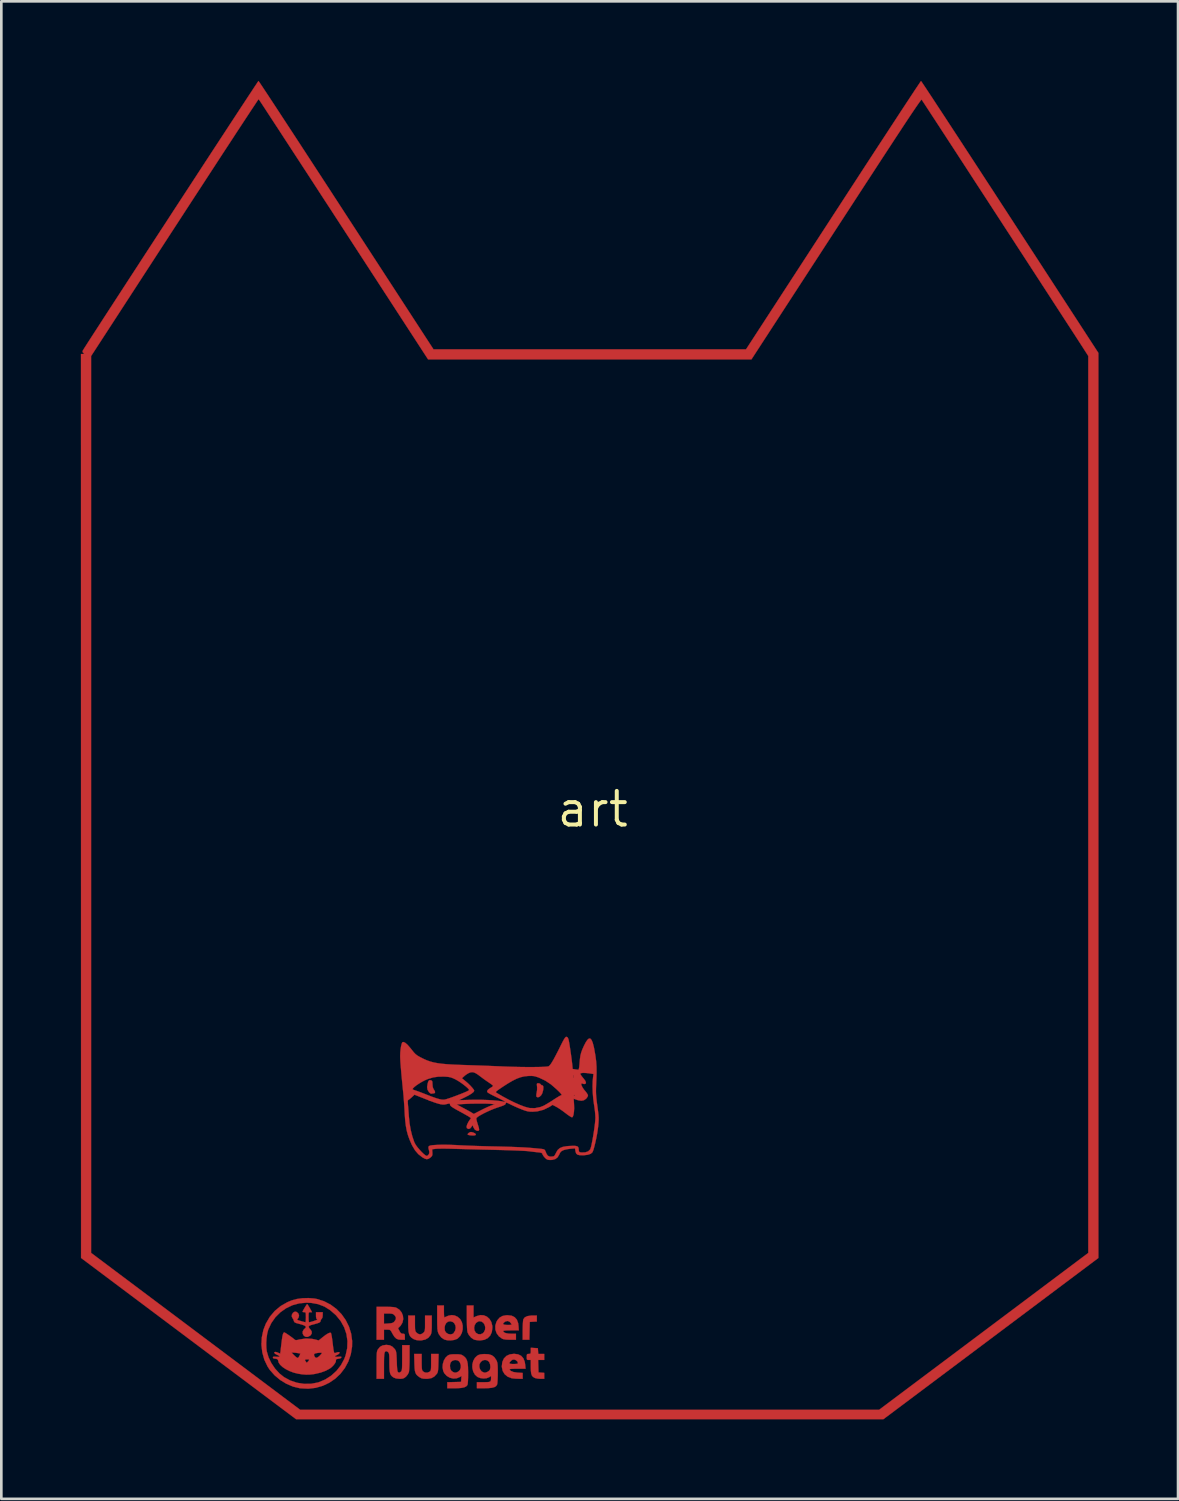
<source format=kicad_pcb>
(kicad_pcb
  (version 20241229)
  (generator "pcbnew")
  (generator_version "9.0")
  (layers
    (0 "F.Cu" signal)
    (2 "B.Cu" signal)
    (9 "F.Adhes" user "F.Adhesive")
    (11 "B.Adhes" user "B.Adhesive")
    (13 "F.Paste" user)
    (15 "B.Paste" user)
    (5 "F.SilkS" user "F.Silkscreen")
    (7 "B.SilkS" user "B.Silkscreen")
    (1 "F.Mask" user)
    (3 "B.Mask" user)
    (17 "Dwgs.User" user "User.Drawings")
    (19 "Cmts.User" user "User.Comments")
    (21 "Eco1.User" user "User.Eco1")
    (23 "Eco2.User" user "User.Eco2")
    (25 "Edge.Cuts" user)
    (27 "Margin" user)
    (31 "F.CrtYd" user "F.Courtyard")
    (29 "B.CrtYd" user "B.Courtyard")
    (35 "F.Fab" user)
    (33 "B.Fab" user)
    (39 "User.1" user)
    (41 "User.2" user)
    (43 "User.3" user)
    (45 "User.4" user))
  (footprint "art"
    (layer "F.Cu")
    (at 19.309 27.475)
    (property "Reference" "art" (at 0 0 0) (layer "F.SilkS") (effects (font (size 1.27 1.27) (thickness 0.15))))
    (attr through_hole)
    (fp_poly (pts (xy -4.566 12.181) (xy -4.506 12.198) (xy -4.442 12.228) (xy -4.409 12.26) (xy -4.407 12.268) (xy -4.424 12.296) (xy -4.478 12.309) (xy -4.575 12.306) (xy -4.629 12.301) (xy -4.7 12.286) (xy -4.721 12.261) (xy -4.693 12.225) (xy -4.665 12.205) (xy -4.617 12.181) (xy -4.566 12.181)) (stroke (width 0.01) (type solid)) (fill yes) (layer "F.Cu"))
    (fp_poly (pts (xy -2.108 19.327) (xy -2.242 19.334) (xy -2.375 19.342) (xy -2.382 19.679) (xy -2.389 20.015) (xy -2.642 20.015) (xy -2.642 19.661) (xy -2.64 19.527) (xy -2.635 19.406) (xy -2.628 19.31) (xy -2.62 19.251) (xy -2.617 19.243) (xy -2.563 19.17) (xy -2.465 19.123) (xy -2.324 19.102) (xy -2.275 19.101) (xy -2.108 19.101) (xy -2.108 19.327)) (stroke (width 0.01) (type solid)) (fill yes) (layer "F.Cu"))
    (fp_poly (pts (xy -6.1 10.228) (xy -6.068 10.243) (xy -6.051 10.276) (xy -6.046 10.341) (xy -6.045 10.375) (xy -6.035 10.484) (xy -6.003 10.561) (xy -5.994 10.573) (xy -5.953 10.642) (xy -5.948 10.693) (xy -5.978 10.718) (xy -5.992 10.719) (xy -6.054 10.726) (xy -6.078 10.733) (xy -6.118 10.724) (xy -6.171 10.679) (xy -6.181 10.667) (xy -6.232 10.582) (xy -6.247 10.481) (xy -6.228 10.354) (xy -6.222 10.332) (xy -6.197 10.258) (xy -6.168 10.225) (xy -6.124 10.222) (xy -6.1 10.228)) (stroke (width 0.01) (type solid)) (fill yes) (layer "F.Cu"))
    (fp_poly (pts (xy -1.992 10.351) (xy -1.965 10.376) (xy -1.934 10.41) (xy -1.916 10.414) (xy -1.88 10.426) (xy -1.863 10.466) (xy -1.864 10.543) (xy -1.869 10.593) (xy -1.901 10.714) (xy -1.949 10.797) (xy -2.01 10.851) (xy -2.069 10.87) (xy -2.113 10.852) (xy -2.125 10.833) (xy -2.128 10.785) (xy -2.119 10.713) (xy -2.113 10.687) (xy -2.099 10.591) (xy -2.098 10.485) (xy -2.101 10.458) (xy -2.107 10.386) (xy -2.102 10.35) (xy -2.077 10.339) (xy -2.047 10.338) (xy -1.992 10.351)) (stroke (width 0.01) (type solid)) (fill yes) (layer "F.Cu"))
    (fp_poly (pts (xy -2.203 20.325) (xy -2.07 20.333) (xy -2.054 20.549) (xy -1.829 20.549) (xy -1.829 20.777) (xy -2.059 20.777) (xy -2.052 21.012) (xy -2.045 21.247) (xy -1.829 21.263) (xy -1.829 21.488) (xy -1.975 21.488) (xy -2.072 21.481) (xy -2.161 21.463) (xy -2.2 21.448) (xy -2.257 21.411) (xy -2.296 21.361) (xy -2.321 21.287) (xy -2.333 21.181) (xy -2.337 21.034) (xy -2.337 21.03) (xy -2.337 20.777) (xy -2.413 20.777) (xy -2.46 20.774) (xy -2.482 20.755) (xy -2.489 20.706) (xy -2.489 20.663) (xy -2.487 20.593) (xy -2.474 20.559) (xy -2.442 20.549) (xy -2.413 20.549) (xy -2.366 20.545) (xy -2.344 20.526) (xy -2.337 20.478) (xy -2.337 20.433) (xy -2.337 20.317) (xy -2.203 20.325)) (stroke (width 0.01) (type solid)) (fill yes) (layer "F.Cu"))
    (fp_poly (pts (xy -6.706 19.394) (xy -6.705 19.521) (xy -6.702 19.608) (xy -6.694 19.665) (xy -6.68 19.704) (xy -6.659 19.734) (xy -6.643 19.75) (xy -6.581 19.793) (xy -6.517 19.812) (xy -6.515 19.812) (xy -6.452 19.794) (xy -6.389 19.752) (xy -6.387 19.75) (xy -6.36 19.72) (xy -6.342 19.687) (xy -6.332 19.641) (xy -6.326 19.571) (xy -6.325 19.466) (xy -6.325 19.394) (xy -6.325 19.101) (xy -6.071 19.101) (xy -6.071 19.425) (xy -6.072 19.569) (xy -6.077 19.672) (xy -6.086 19.746) (xy -6.101 19.801) (xy -6.118 19.838) (xy -6.199 19.939) (xy -6.316 20.007) (xy -6.463 20.038) (xy -6.515 20.04) (xy -6.638 20.03) (xy -6.736 19.999) (xy -6.766 19.983) (xy -6.839 19.934) (xy -6.891 19.877) (xy -6.926 19.804) (xy -6.947 19.705) (xy -6.957 19.572) (xy -6.96 19.425) (xy -6.96 19.101) (xy -6.706 19.101) (xy -6.706 19.394)) (stroke (width 0.01) (type solid)) (fill yes) (layer "F.Cu"))
    (fp_poly (pts (xy -6.452 20.853) (xy -6.451 20.985) (xy -6.447 21.076) (xy -6.44 21.136) (xy -6.427 21.175) (xy -6.407 21.203) (xy -6.401 21.209) (xy -6.326 21.251) (xy -6.236 21.255) (xy -6.152 21.22) (xy -6.129 21.201) (xy -6.113 21.175) (xy -6.103 21.133) (xy -6.098 21.066) (xy -6.096 20.965) (xy -6.096 20.865) (xy -6.096 20.549) (xy -5.813 20.549) (xy -5.821 20.89) (xy -5.825 21.032) (xy -5.831 21.133) (xy -5.84 21.203) (xy -5.853 21.251) (xy -5.873 21.289) (xy -5.882 21.302) (xy -5.975 21.402) (xy -6.081 21.461) (xy -6.212 21.486) (xy -6.274 21.488) (xy -6.381 21.484) (xy -6.457 21.468) (xy -6.52 21.436) (xy -6.528 21.431) (xy -6.599 21.379) (xy -6.651 21.327) (xy -6.685 21.266) (xy -6.707 21.187) (xy -6.719 21.079) (xy -6.726 20.932) (xy -6.727 20.89) (xy -6.736 20.549) (xy -6.452 20.549) (xy -6.452 20.853)) (stroke (width 0.01) (type solid)) (fill yes) (layer "F.Cu"))
    (fp_poly (pts (xy -3.059 19.107) (xy -2.944 19.164) (xy -2.861 19.258) (xy -2.812 19.391) (xy -2.799 19.495) (xy -2.788 19.66) (xy -3.083 19.66) (xy -3.204 19.662) (xy -3.299 19.667) (xy -3.36 19.675) (xy -3.378 19.684) (xy -3.354 19.728) (xy -3.287 19.762) (xy -3.182 19.782) (xy -3.08 19.787) (xy -2.896 19.787) (xy -2.896 20.015) (xy -3.118 20.015) (xy -3.267 20.009) (xy -3.372 19.992) (xy -3.416 19.975) (xy -3.54 19.885) (xy -3.626 19.767) (xy -3.672 19.632) (xy -3.675 19.487) (xy -3.657 19.425) (xy -3.378 19.425) (xy -3.332 19.447) (xy -3.238 19.456) (xy -3.212 19.456) (xy -3.12 19.454) (xy -3.072 19.446) (xy -3.061 19.43) (xy -3.063 19.425) (xy -3.129 19.34) (xy -3.203 19.306) (xy -3.285 19.322) (xy -3.322 19.344) (xy -3.374 19.391) (xy -3.378 19.425) (xy -3.657 19.425) (xy -3.633 19.343) (xy -3.594 19.274) (xy -3.509 19.177) (xy -3.404 19.118) (xy -3.269 19.091) (xy -3.209 19.089) (xy -3.059 19.107)) (stroke (width 0.01) (type solid)) (fill yes) (layer "F.Cu"))
    (fp_poly (pts (xy -4.496 19.174) (xy -4.378 19.122) (xy -4.239 19.084) (xy -4.108 19.093) (xy -3.99 19.143) (xy -3.894 19.229) (xy -3.824 19.347) (xy -3.788 19.491) (xy -3.785 19.558) (xy -3.805 19.721) (xy -3.865 19.854) (xy -3.961 19.954) (xy -4.09 20.017) (xy -4.247 20.04) (xy -4.257 20.04) (xy -4.354 20.033) (xy -4.442 20.018) (xy -4.483 20.005) (xy -4.586 19.936) (xy -4.672 19.835) (xy -4.721 19.738) (xy -4.732 19.679) (xy -4.74 19.577) (xy -4.741 19.564) (xy -4.474 19.564) (xy -4.46 19.663) (xy -4.41 19.748) (xy -4.407 19.751) (xy -4.325 19.801) (xy -4.234 19.808) (xy -4.149 19.772) (xy -4.106 19.729) (xy -4.062 19.639) (xy -4.054 19.544) (xy -4.076 19.454) (xy -4.123 19.379) (xy -4.189 19.33) (xy -4.27 19.315) (xy -4.323 19.327) (xy -4.402 19.381) (xy -4.453 19.465) (xy -4.474 19.564) (xy -4.741 19.564) (xy -4.746 19.438) (xy -4.749 19.27) (xy -4.75 19.186) (xy -4.75 18.72) (xy -4.496 18.72) (xy -4.496 19.174)) (stroke (width 0.01) (type solid)) (fill yes) (layer "F.Cu"))
    (fp_poly (pts (xy -2.817 20.564) (xy -2.7 20.62) (xy -2.616 20.714) (xy -2.564 20.847) (xy -2.547 20.957) (xy -2.533 21.107) (xy -2.84 21.107) (xy -2.975 21.109) (xy -3.065 21.113) (xy -3.116 21.12) (xy -3.136 21.132) (xy -3.136 21.14) (xy -3.088 21.193) (xy -2.993 21.231) (xy -2.851 21.253) (xy -2.826 21.255) (xy -2.642 21.266) (xy -2.642 21.488) (xy -2.813 21.486) (xy -2.915 21.482) (xy -3.009 21.473) (xy -3.065 21.464) (xy -3.211 21.406) (xy -3.323 21.313) (xy -3.397 21.19) (xy -3.428 21.041) (xy -3.429 21.011) (xy -3.415 20.902) (xy -3.144 20.902) (xy -3.112 20.921) (xy -3.035 20.929) (xy -2.985 20.93) (xy -2.888 20.926) (xy -2.835 20.915) (xy -2.819 20.896) (xy -2.842 20.834) (xy -2.901 20.783) (xy -2.951 20.763) (xy -3.012 20.762) (xy -3.067 20.795) (xy -3.085 20.812) (xy -3.133 20.867) (xy -3.144 20.902) (xy -3.415 20.902) (xy -3.409 20.85) (xy -3.35 20.72) (xy -3.255 20.624) (xy -3.126 20.565) (xy -2.968 20.545) (xy -2.817 20.564)) (stroke (width 0.01) (type solid)) (fill yes) (layer "F.Cu"))
    (fp_poly (pts (xy -5.613 18.951) (xy -5.611 19.05) (xy -5.606 19.126) (xy -5.599 19.167) (xy -5.594 19.171) (xy -5.447 19.108) (xy -5.322 19.084) (xy -5.208 19.098) (xy -5.095 19.15) (xy -5.093 19.151) (xy -4.998 19.238) (xy -4.935 19.352) (xy -4.904 19.484) (xy -4.905 19.622) (xy -4.937 19.756) (xy -5 19.874) (xy -5.093 19.966) (xy -5.12 19.983) (xy -5.226 20.022) (xy -5.357 20.039) (xy -5.489 20.034) (xy -5.6 20.005) (xy -5.601 20.005) (xy -5.714 19.927) (xy -5.803 19.809) (xy -5.828 19.755) (xy -5.843 19.708) (xy -5.854 19.642) (xy -5.859 19.575) (xy -5.588 19.575) (xy -5.578 19.665) (xy -5.544 19.73) (xy -5.526 19.75) (xy -5.45 19.797) (xy -5.364 19.812) (xy -5.285 19.793) (xy -5.249 19.766) (xy -5.191 19.671) (xy -5.168 19.568) (xy -5.182 19.468) (xy -5.229 19.384) (xy -5.285 19.341) (xy -5.379 19.316) (xy -5.464 19.335) (xy -5.533 19.393) (xy -5.576 19.484) (xy -5.588 19.575) (xy -5.859 19.575) (xy -5.861 19.551) (xy -5.866 19.427) (xy -5.867 19.262) (xy -5.867 19.191) (xy -5.867 18.72) (xy -5.613 18.72) (xy -5.613 18.951)) (stroke (width 0.01) (type solid)) (fill yes) (layer "F.Cu"))
    (fp_poly (pts (xy -7.643 18.774) (xy -7.512 18.783) (xy -7.427 18.799) (xy -7.41 18.806) (xy -7.293 18.88) (xy -7.209 18.984) (xy -7.16 19.106) (xy -7.148 19.236) (xy -7.175 19.365) (xy -7.243 19.48) (xy -7.266 19.505) (xy -7.343 19.581) (xy -7.29 19.684) (xy -7.251 19.75) (xy -7.211 19.78) (xy -7.162 19.787) (xy -7.116 19.79) (xy -7.094 19.809) (xy -7.087 19.858) (xy -7.087 19.901) (xy -7.087 20.015) (xy -7.223 20.015) (xy -7.328 20.006) (xy -7.41 19.972) (xy -7.479 19.906) (xy -7.546 19.8) (xy -7.559 19.775) (xy -7.601 19.698) (xy -7.633 19.656) (xy -7.671 19.638) (xy -7.728 19.634) (xy -7.753 19.634) (xy -7.874 19.634) (xy -7.874 20.015) (xy -8.153 20.015) (xy -8.153 19.025) (xy -7.874 19.025) (xy -7.874 19.412) (xy -7.705 19.401) (xy -7.609 19.392) (xy -7.548 19.376) (xy -7.504 19.349) (xy -7.477 19.32) (xy -7.427 19.24) (xy -7.425 19.167) (xy -7.473 19.094) (xy -7.479 19.087) (xy -7.522 19.052) (xy -7.571 19.033) (xy -7.644 19.026) (xy -7.708 19.025) (xy -7.874 19.025) (xy -8.153 19.025) (xy -8.153 18.771) (xy -7.822 18.771) (xy -7.643 18.774)) (stroke (width 0.01) (type solid)) (fill yes) (layer "F.Cu"))
    (fp_poly (pts (xy -5.07 20.563) (xy -4.994 20.571) (xy -4.939 20.587) (xy -4.889 20.616) (xy -4.88 20.622) (xy -4.817 20.675) (xy -4.771 20.735) (xy -4.738 20.812) (xy -4.716 20.913) (xy -4.704 21.046) (xy -4.7 21.22) (xy -4.7 21.281) (xy -4.701 21.436) (xy -4.706 21.566) (xy -4.714 21.662) (xy -4.724 21.716) (xy -4.726 21.721) (xy -4.771 21.772) (xy -4.845 21.809) (xy -4.955 21.832) (xy -5.105 21.843) (xy -5.206 21.844) (xy -5.486 21.844) (xy -5.486 21.617) (xy -5.226 21.61) (xy -4.966 21.603) (xy -4.958 21.491) (xy -4.95 21.379) (xy -5.011 21.419) (xy -5.131 21.47) (xy -5.261 21.478) (xy -5.389 21.447) (xy -5.503 21.381) (xy -5.594 21.284) (xy -5.637 21.201) (xy -5.664 21.069) (xy -5.66 21.005) (xy -5.385 21.005) (xy -5.374 21.11) (xy -5.336 21.181) (xy -5.271 21.23) (xy -5.206 21.255) (xy -5.145 21.25) (xy -5.079 21.221) (xy -5.013 21.161) (xy -4.978 21.074) (xy -4.976 20.975) (xy -5.008 20.878) (xy -5.045 20.825) (xy -5.111 20.786) (xy -5.197 20.778) (xy -5.282 20.802) (xy -5.326 20.832) (xy -5.366 20.886) (xy -5.383 20.959) (xy -5.385 21.005) (xy -5.66 21.005) (xy -5.655 20.928) (xy -5.614 20.793) (xy -5.545 20.68) (xy -5.483 20.622) (xy -5.433 20.591) (xy -5.38 20.573) (xy -5.309 20.564) (xy -5.204 20.561) (xy -5.182 20.561) (xy -5.07 20.563)) (stroke (width 0.01) (type solid)) (fill yes) (layer "F.Cu"))
    (fp_poly (pts (xy -3.931 20.561) (xy -3.809 20.597) (xy -3.715 20.668) (xy -3.64 20.775) (xy -3.617 20.823) (xy -3.601 20.871) (xy -3.591 20.929) (xy -3.585 21.007) (xy -3.582 21.116) (xy -3.581 21.262) (xy -3.583 21.401) (xy -3.588 21.526) (xy -3.595 21.626) (xy -3.603 21.691) (xy -3.607 21.704) (xy -3.643 21.76) (xy -3.706 21.8) (xy -3.801 21.826) (xy -3.936 21.84) (xy -4.089 21.844) (xy -4.369 21.844) (xy -4.369 21.615) (xy -4.118 21.615) (xy -3.995 21.614) (xy -3.914 21.607) (xy -3.867 21.59) (xy -3.843 21.556) (xy -3.836 21.503) (xy -3.835 21.458) (xy -3.835 21.381) (xy -3.905 21.427) (xy -4 21.465) (xy -4.118 21.476) (xy -4.239 21.46) (xy -4.344 21.419) (xy -4.348 21.417) (xy -4.444 21.33) (xy -4.508 21.214) (xy -4.54 21.082) (xy -4.54 21.041) (xy -4.277 21.041) (xy -4.248 21.133) (xy -4.195 21.203) (xy -4.171 21.22) (xy -4.097 21.253) (xy -4.036 21.252) (xy -3.964 21.223) (xy -3.908 21.184) (xy -3.877 21.144) (xy -3.86 21.05) (xy -3.87 20.947) (xy -3.903 20.859) (xy -3.913 20.844) (xy -3.984 20.789) (xy -4.068 20.775) (xy -4.152 20.796) (xy -4.223 20.851) (xy -4.27 20.935) (xy -4.274 20.949) (xy -4.277 21.041) (xy -4.54 21.041) (xy -4.54 20.943) (xy -4.507 20.811) (xy -4.441 20.695) (xy -4.365 20.622) (xy -4.306 20.588) (xy -4.237 20.567) (xy -4.141 20.557) (xy -4.089 20.554) (xy -3.931 20.561)) (stroke (width 0.01) (type solid)) (fill yes) (layer "F.Cu"))
    (fp_poly (pts (xy -7.66 20.222) (xy -7.562 20.27) (xy -7.472 20.36) (xy -7.456 20.381) (xy -7.436 20.414) (xy -7.421 20.455) (xy -7.41 20.513) (xy -7.402 20.598) (xy -7.396 20.717) (xy -7.391 20.834) (xy -7.386 20.985) (xy -7.379 21.093) (xy -7.371 21.165) (xy -7.36 21.21) (xy -7.345 21.235) (xy -7.336 21.243) (xy -7.292 21.255) (xy -7.244 21.226) (xy -7.24 21.223) (xy -7.222 21.204) (xy -7.209 21.179) (xy -7.199 21.14) (xy -7.193 21.081) (xy -7.19 20.994) (xy -7.189 20.872) (xy -7.188 20.706) (xy -7.188 20.697) (xy -7.188 20.218) (xy -6.909 20.218) (xy -6.909 20.682) (xy -6.91 20.837) (xy -6.914 20.981) (xy -6.92 21.104) (xy -6.928 21.194) (xy -6.935 21.239) (xy -6.973 21.317) (xy -7.034 21.395) (xy -7.05 21.41) (xy -7.11 21.457) (xy -7.169 21.48) (xy -7.247 21.488) (xy -7.284 21.488) (xy -7.418 21.475) (xy -7.511 21.439) (xy -7.569 21.397) (xy -7.612 21.349) (xy -7.641 21.285) (xy -7.659 21.197) (xy -7.668 21.077) (xy -7.671 20.917) (xy -7.671 20.882) (xy -7.672 20.734) (xy -7.675 20.629) (xy -7.682 20.558) (xy -7.694 20.514) (xy -7.71 20.488) (xy -7.711 20.487) (xy -7.756 20.455) (xy -7.782 20.447) (xy -7.812 20.452) (xy -7.835 20.469) (xy -7.852 20.507) (xy -7.863 20.569) (xy -7.87 20.664) (xy -7.873 20.796) (xy -7.874 20.972) (xy -7.874 20.998) (xy -7.874 21.488) (xy -8.153 21.488) (xy -8.153 20.974) (xy -8.153 20.797) (xy -8.151 20.664) (xy -8.148 20.565) (xy -8.142 20.495) (xy -8.133 20.446) (xy -8.12 20.409) (xy -8.104 20.379) (xy -8.024 20.282) (xy -7.924 20.227) (xy -7.794 20.208) (xy -7.782 20.208) (xy -7.66 20.222)) (stroke (width 0.01) (type solid)) (fill yes) (layer "F.Cu"))
    (fp_poly (pts (xy -10.501 18.459) (xy -10.403 18.477) (xy -10.135 18.562) (xy -9.889 18.689) (xy -9.668 18.853) (xy -9.476 19.05) (xy -9.317 19.274) (xy -9.195 19.519) (xy -9.113 19.782) (xy -9.075 20.057) (xy -9.078 20.275) (xy -9.126 20.564) (xy -9.218 20.833) (xy -9.349 21.077) (xy -9.515 21.295) (xy -9.712 21.482) (xy -9.937 21.635) (xy -10.184 21.752) (xy -10.45 21.828) (xy -10.73 21.861) (xy -11.021 21.846) (xy -11.05 21.843) (xy -11.305 21.781) (xy -11.555 21.675) (xy -11.79 21.531) (xy -12.001 21.355) (xy -12.179 21.154) (xy -12.264 21.026) (xy -12.387 20.769) (xy -12.464 20.494) (xy -12.497 20.211) (xy -12.494 20.148) (xy -12.316 20.148) (xy -12.311 20.326) (xy -12.295 20.453) (xy -12.23 20.673) (xy -12.125 20.892) (xy -11.987 21.099) (xy -11.824 21.28) (xy -11.65 21.421) (xy -11.413 21.55) (xy -11.157 21.636) (xy -10.892 21.678) (xy -10.626 21.676) (xy -10.368 21.627) (xy -10.338 21.618) (xy -10.09 21.514) (xy -9.864 21.368) (xy -9.664 21.186) (xy -9.498 20.974) (xy -9.371 20.737) (xy -9.32 20.599) (xy -9.261 20.33) (xy -9.252 20.061) (xy -9.29 19.798) (xy -9.376 19.545) (xy -9.507 19.309) (xy -9.683 19.093) (xy -9.699 19.077) (xy -9.908 18.895) (xy -10.125 18.761) (xy -10.357 18.672) (xy -10.611 18.625) (xy -10.797 18.616) (xy -11.068 18.641) (xy -11.326 18.711) (xy -11.566 18.825) (xy -11.782 18.977) (xy -11.97 19.164) (xy -12.124 19.383) (xy -12.239 19.629) (xy -12.243 19.641) (xy -12.28 19.786) (xy -12.305 19.962) (xy -12.316 20.148) (xy -12.494 20.148) (xy -12.483 19.926) (xy -12.424 19.647) (xy -12.331 19.407) (xy -12.181 19.15) (xy -11.996 18.93) (xy -11.775 18.745) (xy -11.519 18.598) (xy -11.354 18.529) (xy -11.164 18.477) (xy -10.946 18.448) (xy -10.719 18.442) (xy -10.501 18.459)) (stroke (width 0.01) (type solid)) (fill yes) (layer "F.Cu"))
    (fp_poly (pts (xy -10.753 18.69) (xy -10.717 18.744) (xy -10.673 18.819) (xy -10.672 18.821) (xy -10.588 18.974) (xy -10.654 18.974) (xy -10.687 18.976) (xy -10.706 18.99) (xy -10.716 19.026) (xy -10.719 19.094) (xy -10.719 19.164) (xy -10.717 19.255) (xy -10.711 19.323) (xy -10.703 19.354) (xy -10.701 19.355) (xy -10.655 19.347) (xy -10.586 19.329) (xy -10.51 19.304) (xy -10.441 19.279) (xy -10.397 19.258) (xy -10.389 19.25) (xy -10.408 19.228) (xy -10.414 19.228) (xy -10.428 19.205) (xy -10.438 19.147) (xy -10.439 19.101) (xy -10.439 18.974) (xy -10.185 18.974) (xy -10.185 19.087) (xy -10.194 19.171) (xy -10.217 19.217) (xy -10.221 19.22) (xy -10.252 19.259) (xy -10.266 19.301) (xy -10.272 19.329) (xy -10.288 19.35) (xy -10.322 19.37) (xy -10.381 19.392) (xy -10.473 19.419) (xy -10.606 19.454) (xy -10.611 19.455) (xy -10.688 19.485) (xy -10.715 19.523) (xy -10.695 19.574) (xy -10.655 19.619) (xy -10.602 19.698) (xy -10.598 19.776) (xy -10.643 19.847) (xy -10.659 19.861) (xy -10.747 19.906) (xy -10.832 19.904) (xy -10.897 19.863) (xy -10.941 19.787) (xy -10.942 19.704) (xy -10.902 19.63) (xy -10.884 19.613) (xy -10.837 19.571) (xy -10.82 19.535) (xy -10.835 19.504) (xy -10.887 19.473) (xy -10.979 19.44) (xy -11.117 19.402) (xy -11.176 19.387) (xy -11.243 19.359) (xy -11.271 19.316) (xy -11.274 19.305) (xy -11.295 19.242) (xy -11.318 19.209) (xy -11.352 19.143) (xy -11.348 19.067) (xy -11.309 19) (xy -11.287 18.982) (xy -11.235 18.954) (xy -11.191 18.958) (xy -11.154 18.976) (xy -11.097 19.033) (xy -11.078 19.108) (xy -11.099 19.184) (xy -11.115 19.205) (xy -11.144 19.244) (xy -11.148 19.263) (xy -11.121 19.274) (xy -11.06 19.294) (xy -10.985 19.316) (xy -10.911 19.337) (xy -10.855 19.351) (xy -10.836 19.355) (xy -10.828 19.331) (xy -10.823 19.27) (xy -10.82 19.182) (xy -10.82 19.164) (xy -10.821 19.067) (xy -10.826 19.011) (xy -10.838 18.983) (xy -10.862 18.974) (xy -10.884 18.974) (xy -10.932 18.969) (xy -10.947 18.961) (xy -10.935 18.929) (xy -10.905 18.872) (xy -10.865 18.803) (xy -10.824 18.737) (xy -10.791 18.687) (xy -10.773 18.669) (xy -10.753 18.69)) (stroke (width 0.01) (type solid)) (fill yes) (layer "F.Cu"))
    (fp_poly (pts (xy -11.606 19.75) (xy -11.547 19.786) (xy -11.472 19.837) (xy -11.392 19.893) (xy -11.319 19.947) (xy -11.266 19.99) (xy -11.263 19.993) (xy -11.23 20.019) (xy -11.196 20.029) (xy -11.145 20.024) (xy -11.061 20.003) (xy -11.06 20.003) (xy -10.826 19.968) (xy -10.59 19.98) (xy -10.482 20.002) (xy -10.337 20.04) (xy -10.197 19.927) (xy -10.075 19.833) (xy -9.978 19.773) (xy -9.91 19.748) (xy -9.877 19.755) (xy -9.865 19.788) (xy -9.85 19.86) (xy -9.833 19.963) (xy -9.817 20.084) (xy -9.816 20.093) (xy -9.797 20.252) (xy -9.782 20.366) (xy -9.769 20.443) (xy -9.756 20.49) (xy -9.743 20.512) (xy -9.727 20.517) (xy -9.712 20.513) (xy -9.656 20.494) (xy -9.612 20.482) (xy -9.563 20.481) (xy -9.548 20.502) (xy -9.566 20.536) (xy -9.614 20.573) (xy -9.639 20.585) (xy -9.706 20.619) (xy -9.724 20.644) (xy -9.694 20.657) (xy -9.617 20.657) (xy -9.598 20.656) (xy -9.521 20.651) (xy -9.484 20.657) (xy -9.479 20.676) (xy -9.479 20.678) (xy -9.512 20.711) (xy -9.54 20.721) (xy -9.628 20.737) (xy -9.675 20.753) (xy -9.69 20.774) (xy -9.686 20.791) (xy -9.691 20.842) (xy -9.728 20.912) (xy -9.789 20.99) (xy -9.867 21.064) (xy -9.919 21.102) (xy -10.072 21.184) (xy -10.26 21.252) (xy -10.47 21.302) (xy -10.516 21.31) (xy -10.669 21.328) (xy -10.811 21.331) (xy -10.963 21.319) (xy -11.113 21.295) (xy -11.275 21.256) (xy -11.432 21.197) (xy -11.576 21.125) (xy -11.698 21.044) (xy -11.791 20.958) (xy -11.848 20.874) (xy -11.862 20.813) (xy -11.873 20.782) (xy -10.857 20.782) (xy -10.832 20.823) (xy -10.831 20.824) (xy -10.789 20.884) (xy -10.736 20.831) (xy -10.703 20.789) (xy -10.699 20.763) (xy -10.732 20.755) (xy -10.792 20.756) (xy -10.793 20.756) (xy -10.847 20.764) (xy -10.857 20.782) (xy -11.873 20.782) (xy -11.881 20.76) (xy -11.939 20.732) (xy -12.004 20.726) (xy -12.054 20.712) (xy -12.065 20.685) (xy -12.057 20.661) (xy -12.024 20.652) (xy -11.954 20.654) (xy -11.938 20.656) (xy -11.853 20.658) (xy -11.817 20.647) (xy -11.829 20.623) (xy -11.89 20.59) (xy -11.913 20.581) (xy -11.976 20.547) (xy -12.01 20.512) (xy -12.01 20.484) (xy -11.97 20.473) (xy -11.97 20.473) (xy -11.916 20.484) (xy -11.855 20.509) (xy -11.807 20.531) (xy -11.786 20.534) (xy -11.786 20.533) (xy -11.783 20.505) (xy -11.782 20.498) (xy -11.364 20.498) (xy -11.265 20.599) (xy -11.204 20.656) (xy -11.154 20.692) (xy -11.132 20.701) (xy -11.1 20.68) (xy -11.067 20.628) (xy -11.062 20.618) (xy -11.053 20.595) (xy -10.513 20.595) (xy -10.489 20.652) (xy -10.451 20.693) (xy -10.399 20.692) (xy -10.33 20.646) (xy -10.294 20.611) (xy -10.245 20.558) (xy -10.219 20.519) (xy -10.218 20.508) (xy -10.249 20.503) (xy -10.314 20.505) (xy -10.374 20.511) (xy -10.463 20.528) (xy -10.508 20.553) (xy -10.513 20.595) (xy -11.053 20.595) (xy -11.028 20.536) (xy -11.121 20.518) (xy -11.207 20.506) (xy -11.286 20.499) (xy -11.289 20.499) (xy -11.364 20.498) (xy -11.782 20.498) (xy -11.775 20.435) (xy -11.764 20.335) (xy -11.75 20.212) (xy -11.745 20.173) (xy -11.724 20.006) (xy -11.705 19.883) (xy -11.685 19.801) (xy -11.664 19.754) (xy -11.641 19.736) (xy -11.637 19.736) (xy -11.606 19.75)) (stroke (width 0.01) (type solid)) (fill yes) (layer "F.Cu"))
    (fp_poly (pts (xy -12.593 -27.449) (xy -12.55 -27.387) (xy -12.483 -27.287) (xy -12.392 -27.149) (xy -12.277 -26.976) (xy -12.142 -26.77) (xy -11.985 -26.532) (xy -11.81 -26.264) (xy -11.617 -25.969) (xy -11.407 -25.648) (xy -11.181 -25.303) (xy -10.941 -24.935) (xy -10.688 -24.547) (xy -10.423 -24.14) (xy -10.147 -23.717) (xy -9.862 -23.279) (xy -9.569 -22.828) (xy -9.297 -22.409) (xy -6.007 -17.348) (xy -0.112 -17.348) (xy 5.784 -17.348) (xy 9.073 -22.409) (xy 9.373 -22.87) (xy 9.665 -23.32) (xy 9.95 -23.757) (xy 10.224 -24.179) (xy 10.488 -24.584) (xy 10.74 -24.97) (xy 10.979 -25.335) (xy 11.203 -25.678) (xy 11.412 -25.997) (xy 11.603 -26.29) (xy 11.777 -26.555) (xy 11.931 -26.789) (xy 12.065 -26.992) (xy 12.177 -27.162) (xy 12.267 -27.296) (xy 12.332 -27.393) (xy 12.371 -27.451) (xy 12.385 -27.468) (xy 12.4 -27.447) (xy 12.443 -27.385) (xy 12.51 -27.284) (xy 12.602 -27.146) (xy 12.716 -26.973) (xy 12.852 -26.767) (xy 13.008 -26.528) (xy 13.184 -26.261) (xy 13.378 -25.965) (xy 13.588 -25.643) (xy 13.815 -25.297) (xy 14.055 -24.928) (xy 14.309 -24.539) (xy 14.575 -24.132) (xy 14.851 -23.707) (xy 15.138 -23.268) (xy 15.432 -22.815) (xy 15.734 -22.351) (xy 15.742 -22.339) (xy 19.075 -17.212) (xy 19.075 16.929) (xy 15.02 19.971) (xy 10.964 23.012) (xy -0.112 23.012) (xy -11.189 23.012) (xy -15.245 19.971) (xy -19.301 16.929) (xy -19.304 -17.093) (xy -18.923 -17.093) (xy -18.923 -0.178) (xy -18.923 16.737) (xy -14.98 19.696) (xy -11.036 22.656) (xy -0.116 22.656) (xy 10.803 22.657) (xy 14.749 19.698) (xy 18.694 16.739) (xy 18.694 -0.179) (xy 18.694 -17.097) (xy 18.602 -17.241) (xy 18.554 -17.316) (xy 18.482 -17.428) (xy 18.387 -17.575) (xy 18.271 -17.754) (xy 18.135 -17.964) (xy 17.981 -18.201) (xy 17.81 -18.464) (xy 17.624 -18.751) (xy 17.424 -19.058) (xy 17.213 -19.384) (xy 16.99 -19.727) (xy 16.759 -20.083) (xy 16.52 -20.451) (xy 16.275 -20.828) (xy 16.025 -21.212) (xy 15.773 -21.601) (xy 15.518 -21.992) (xy 15.264 -22.383) (xy 15.011 -22.772) (xy 14.762 -23.155) (xy 14.516 -23.532) (xy 14.277 -23.9) (xy 14.046 -24.256) (xy 13.823 -24.598) (xy 13.612 -24.923) (xy 13.412 -25.23) (xy 13.226 -25.516) (xy 13.055 -25.778) (xy 12.901 -26.015) (xy 12.764 -26.223) (xy 12.648 -26.402) (xy 12.553 -26.547) (xy 12.48 -26.658) (xy 12.432 -26.731) (xy 12.41 -26.765) (xy 12.408 -26.767) (xy 12.4 -26.763) (xy 12.382 -26.743) (xy 12.353 -26.706) (xy 12.311 -26.65) (xy 12.258 -26.574) (xy 12.19 -26.476) (xy 12.108 -26.355) (xy 12.01 -26.21) (xy 11.896 -26.039) (xy 11.765 -25.841) (xy 11.616 -25.614) (xy 11.447 -25.358) (xy 11.259 -25.07) (xy 11.049 -24.75) (xy 10.818 -24.396) (xy 10.564 -24.006) (xy 10.286 -23.58) (xy 9.984 -23.116) (xy 9.656 -22.612) (xy 9.302 -22.068) (xy 9.182 -21.884) (xy 5.987 -16.967) (xy -6.21 -16.967) (xy -9.398 -21.872) (xy -9.693 -22.326) (xy -9.981 -22.769) (xy -10.261 -23.198) (xy -10.53 -23.613) (xy -10.789 -24.011) (xy -11.036 -24.39) (xy -11.269 -24.748) (xy -11.488 -25.083) (xy -11.691 -25.395) (xy -11.876 -25.68) (xy -12.044 -25.936) (xy -12.192 -26.163) (xy -12.319 -26.357) (xy -12.424 -26.518) (xy -12.506 -26.643) (xy -12.564 -26.73) (xy -12.596 -26.777) (xy -12.602 -26.786) (xy -12.617 -26.766) (xy -12.659 -26.706) (xy -12.725 -26.606) (xy -12.816 -26.469) (xy -12.929 -26.298) (xy -13.064 -26.093) (xy -13.219 -25.857) (xy -13.394 -25.591) (xy -13.585 -25.298) (xy -13.794 -24.979) (xy -14.018 -24.637) (xy -14.255 -24.272) (xy -14.506 -23.888) (xy -14.768 -23.485) (xy -15.041 -23.067) (xy -15.323 -22.634) (xy -15.612 -22.188) (xy -15.771 -21.945) (xy -18.923 -17.093) (xy -19.304 -17.093) (xy -19.304 -17.17) (xy -19.234 -17.171) (xy -19.187 -17.174) (xy -19.186 -17.186) (xy -19.213 -17.209) (xy -19.246 -17.246) (xy -19.239 -17.291) (xy -19.234 -17.303) (xy -19.215 -17.334) (xy -19.171 -17.405) (xy -19.102 -17.513) (xy -19.01 -17.656) (xy -18.896 -17.833) (xy -18.762 -18.04) (xy -18.609 -18.276) (xy -18.44 -18.538) (xy -18.254 -18.824) (xy -18.054 -19.132) (xy -17.841 -19.46) (xy -17.617 -19.805) (xy -17.383 -20.165) (xy -17.141 -20.537) (xy -16.892 -20.921) (xy -16.637 -21.312) (xy -16.378 -21.71) (xy -16.116 -22.111) (xy -15.854 -22.514) (xy -15.592 -22.916) (xy -15.331 -23.315) (xy -15.074 -23.709) (xy -14.822 -24.096) (xy -14.576 -24.473) (xy -14.338 -24.838) (xy -14.109 -25.188) (xy -13.89 -25.522) (xy -13.684 -25.838) (xy -13.491 -26.132) (xy -13.314 -26.403) (xy -13.152 -26.649) (xy -13.009 -26.867) (xy -12.885 -27.055) (xy -12.783 -27.211) (xy -12.702 -27.332) (xy -12.646 -27.417) (xy -12.614 -27.462) (xy -12.608 -27.47) (xy -12.593 -27.449)) (stroke (width 0.01) (type solid)) (fill yes) (layer "F.Cu"))
    (fp_poly (pts (xy -0.948 8.607) (xy -0.918 8.668) (xy -0.904 8.725) (xy -0.886 8.823) (xy -0.865 8.95) (xy -0.843 9.095) (xy -0.821 9.249) (xy -0.8 9.4) (xy -0.783 9.539) (xy -0.773 9.63) (xy -0.757 9.799) (xy -0.664 9.814) (xy -0.595 9.824) (xy -0.546 9.829) (xy -0.542 9.83) (xy -0.525 9.805) (xy -0.51 9.731) (xy -0.498 9.612) (xy -0.496 9.582) (xy -0.482 9.422) (xy -0.464 9.295) (xy -0.436 9.184) (xy -0.396 9.072) (xy -0.337 8.94) (xy -0.332 8.928) (xy -0.259 8.787) (xy -0.195 8.695) (xy -0.139 8.65) (xy -0.088 8.655) (xy -0.042 8.709) (xy 0.001 8.813) (xy 0.041 8.967) (xy 0.059 9.055) (xy 0.101 9.292) (xy 0.129 9.505) (xy 0.143 9.714) (xy 0.146 9.937) (xy 0.138 10.185) (xy 0.13 10.373) (xy 0.125 10.523) (xy 0.123 10.645) (xy 0.126 10.753) (xy 0.133 10.859) (xy 0.145 10.973) (xy 0.162 11.109) (xy 0.182 11.252) (xy 0.203 11.41) (xy 0.217 11.533) (xy 0.224 11.635) (xy 0.224 11.731) (xy 0.218 11.836) (xy 0.207 11.955) (xy 0.189 12.096) (xy 0.164 12.254) (xy 0.133 12.416) (xy 0.099 12.574) (xy 0.064 12.717) (xy 0.031 12.836) (xy 0.000438 12.919) (xy -0.014 12.946) (xy -0.077 13) (xy -0.184 13.036) (xy -0.329 13.054) (xy -0.389 13.055) (xy -0.504 13.05) (xy -0.579 13.029) (xy -0.624 12.987) (xy -0.648 12.917) (xy -0.651 12.899) (xy -0.668 12.795) (xy -0.837 12.809) (xy -0.944 12.823) (xy -1.048 12.845) (xy -1.11 12.865) (xy -1.178 12.9) (xy -1.224 12.948) (xy -1.264 13.028) (xy -1.266 13.033) (xy -1.326 13.134) (xy -1.411 13.198) (xy -1.526 13.229) (xy -1.609 13.233) (xy -1.691 13.226) (xy -1.753 13.195) (xy -1.801 13.151) (xy -1.854 13.088) (xy -1.89 13.029) (xy -1.896 13.013) (xy -1.91 12.982) (xy -1.941 12.963) (xy -2.002 12.95) (xy -2.079 12.942) (xy -2.2 12.929) (xy -2.336 12.913) (xy -2.426 12.901) (xy -2.489 12.895) (xy -2.597 12.889) (xy -2.743 12.882) (xy -2.921 12.874) (xy -3.124 12.867) (xy -3.346 12.86) (xy -3.58 12.854) (xy -3.696 12.851) (xy -3.95 12.845) (xy -4.209 12.839) (xy -4.464 12.832) (xy -4.705 12.826) (xy -4.923 12.82) (xy -5.111 12.815) (xy -5.259 12.811) (xy -5.286 12.81) (xy -5.45 12.806) (xy -5.607 12.804) (xy -5.744 12.805) (xy -5.853 12.807) (xy -5.921 12.812) (xy -6.058 12.829) (xy -6.049 12.951) (xy -6.048 13.029) (xy -6.062 13.079) (xy -6.101 13.123) (xy -6.121 13.14) (xy -6.193 13.189) (xy -6.26 13.204) (xy -6.336 13.183) (xy -6.429 13.13) (xy -6.578 13.014) (xy -6.702 12.87) (xy -6.81 12.688) (xy -6.834 12.639) (xy -6.909 12.466) (xy -6.968 12.302) (xy -7.014 12.134) (xy -7.048 11.954) (xy -7.073 11.749) (xy -7.091 11.51) (xy -7.098 11.367) (xy -7.108 11.196) (xy -7.118 11.055) (xy -6.977 11.055) (xy -6.972 11.119) (xy -6.965 11.202) (xy -6.955 11.32) (xy -6.945 11.457) (xy -6.935 11.595) (xy -6.909 11.85) (xy -6.865 12.103) (xy -6.806 12.339) (xy -6.737 12.543) (xy -6.717 12.59) (xy -6.676 12.663) (xy -6.612 12.751) (xy -6.535 12.843) (xy -6.453 12.931) (xy -6.374 13.007) (xy -6.308 13.059) (xy -6.262 13.081) (xy -6.26 13.081) (xy -6.22 13.062) (xy -6.187 13.024) (xy -6.165 12.974) (xy -6.166 12.914) (xy -6.178 12.863) (xy -6.195 12.792) (xy -6.197 12.742) (xy -6.177 12.709) (xy -6.128 12.688) (xy -6.045 12.675) (xy -5.92 12.666) (xy -5.863 12.663) (xy -5.726 12.659) (xy -5.555 12.658) (xy -5.367 12.662) (xy -5.179 12.669) (xy -5.08 12.675) (xy -4.942 12.682) (xy -4.764 12.69) (xy -4.553 12.698) (xy -4.321 12.706) (xy -4.076 12.713) (xy -3.829 12.72) (xy -3.632 12.724) (xy -3.31 12.732) (xy -3.03 12.74) (xy -2.784 12.75) (xy -2.564 12.761) (xy -2.362 12.775) (xy -2.168 12.791) (xy -1.976 12.811) (xy -1.913 12.817) (xy -1.842 12.831) (xy -1.804 12.859) (xy -1.78 12.91) (xy -1.736 13.013) (xy -1.689 13.074) (xy -1.629 13.102) (xy -1.581 13.106) (xy -1.511 13.101) (xy -1.462 13.089) (xy -1.458 13.087) (xy -1.432 13.054) (xy -1.397 12.991) (xy -1.377 12.949) (xy -1.32 12.854) (xy -1.24 12.785) (xy -1.13 12.739) (xy -0.982 12.713) (xy -0.884 12.705) (xy -0.745 12.7) (xy -0.649 12.702) (xy -0.587 12.716) (xy -0.551 12.743) (xy -0.534 12.786) (xy -0.529 12.833) (xy -0.521 12.901) (xy -0.502 12.934) (xy -0.457 12.946) (xy -0.419 12.95) (xy -0.28 12.945) (xy -0.173 12.908) (xy -0.101 12.84) (xy -0.086 12.811) (xy -0.064 12.742) (xy -0.039 12.633) (xy -0.012 12.494) (xy 0.016 12.337) (xy 0.043 12.171) (xy 0.066 12.008) (xy 0.085 11.857) (xy 0.097 11.73) (xy 0.102 11.64) (xy 0.097 11.534) (xy 0.085 11.396) (xy 0.066 11.247) (xy 0.047 11.125) (xy 0.019 10.914) (xy 0.001 10.687) (xy -0.006 10.462) (xy -0.001 10.255) (xy 0.013 10.11) (xy 0.029 9.989) (xy -0.144 9.963) (xy -0.246 9.952) (xy -0.34 9.947) (xy -0.399 9.95) (xy -0.454 9.962) (xy -0.467 9.982) (xy -0.453 10.017) (xy -0.419 10.068) (xy -0.366 10.135) (xy -0.339 10.166) (xy -0.279 10.248) (xy -0.255 10.313) (xy -0.268 10.355) (xy -0.319 10.369) (xy -0.33 10.368) (xy -0.362 10.359) (xy -0.391 10.348) (xy -0.425 10.348) (xy -0.432 10.381) (xy -0.415 10.438) (xy -0.377 10.509) (xy -0.322 10.588) (xy -0.292 10.622) (xy -0.234 10.695) (xy -0.192 10.759) (xy -0.178 10.8) (xy -0.195 10.849) (xy -0.238 10.909) (xy -0.252 10.924) (xy -0.333 10.98) (xy -0.43 10.998) (xy -0.551 10.979) (xy -0.61 10.96) (xy -0.718 10.922) (xy -0.704 11.144) (xy -0.7 11.288) (xy -0.708 11.417) (xy -0.724 11.523) (xy -0.748 11.595) (xy -0.775 11.624) (xy -0.808 11.615) (xy -0.869 11.579) (xy -0.951 11.522) (xy -1.017 11.472) (xy -1.124 11.391) (xy -1.234 11.314) (xy -1.331 11.252) (xy -1.37 11.23) (xy -1.513 11.154) (xy -1.639 11.233) (xy -1.856 11.339) (xy -2.091 11.399) (xy -2.261 11.412) (xy -2.365 11.41) (xy -2.454 11.398) (xy -2.548 11.372) (xy -2.667 11.329) (xy -2.68 11.323) (xy -2.808 11.271) (xy -2.945 11.211) (xy -3.065 11.155) (xy -3.091 11.142) (xy -3.182 11.097) (xy -3.236 11.074) (xy -3.265 11.07) (xy -3.277 11.084) (xy -3.281 11.104) (xy -3.293 11.129) (xy -3.323 11.154) (xy -3.381 11.181) (xy -3.474 11.215) (xy -3.586 11.252) (xy -3.714 11.297) (xy -3.852 11.353) (xy -3.991 11.416) (xy -4.121 11.48) (xy -4.235 11.542) (xy -4.323 11.596) (xy -4.377 11.64) (xy -4.389 11.657) (xy -4.388 11.697) (xy -4.372 11.771) (xy -4.344 11.864) (xy -4.334 11.896) (xy -4.298 12.01) (xy -4.285 12.084) (xy -4.296 12.123) (xy -4.332 12.134) (xy -4.381 12.126) (xy -4.446 12.088) (xy -4.493 12.013) (xy -4.536 11.918) (xy -4.578 11.991) (xy -4.63 12.048) (xy -4.69 12.063) (xy -4.744 12.033) (xy -4.748 12.029) (xy -4.759 11.978) (xy -4.739 11.9) (xy -4.692 11.803) (xy -4.646 11.731) (xy -4.591 11.655) (xy -4.649 11.612) (xy -4.691 11.585) (xy -4.769 11.54) (xy -4.872 11.482) (xy -4.99 11.417) (xy -5.039 11.391) (xy -5.177 11.315) (xy -5.275 11.256) (xy -5.338 11.212) (xy -5.371 11.178) (xy -5.38 11.156) (xy -5.383 11.138) (xy -5.134 11.138) (xy -4.885 11.271) (xy -4.775 11.33) (xy -4.675 11.385) (xy -4.596 11.429) (xy -4.561 11.45) (xy -4.486 11.496) (xy -4.205 11.351) (xy -4.085 11.291) (xy -3.969 11.237) (xy -3.872 11.195) (xy -3.81 11.172) (xy -3.696 11.139) (xy -3.797 11.121) (xy -3.869 11.113) (xy -3.981 11.108) (xy -4.123 11.105) (xy -4.285 11.105) (xy -4.457 11.107) (xy -4.629 11.11) (xy -4.789 11.117) (xy -4.885 11.122) (xy -5.134 11.138) (xy -5.383 11.138) (xy -5.386 11.12) (xy -5.399 11.105) (xy -5.433 11.106) (xy -5.499 11.121) (xy -5.525 11.128) (xy -5.59 11.14) (xy -5.659 11.141) (xy -5.74 11.13) (xy -5.839 11.105) (xy -5.964 11.065) (xy -6.122 11.007) (xy -6.199 10.977) (xy -5.042 10.977) (xy -4.674 10.966) (xy -4.445 10.962) (xy -4.216 10.963) (xy -3.993 10.97) (xy -3.786 10.981) (xy -3.603 10.997) (xy -3.451 11.016) (xy -3.338 11.038) (xy -3.308 11.047) (xy -3.302 11.035) (xy -3.324 11.019) (xy -3.383 10.986) (xy -3.473 10.94) (xy -3.585 10.884) (xy -3.646 10.855) (xy -3.781 10.789) (xy -3.875 10.74) (xy -3.936 10.704) (xy -3.966 10.679) (xy -3.652 10.679) (xy -3.639 10.693) (xy -3.627 10.701) (xy -3.395 10.837) (xy -3.167 10.96) (xy -2.949 11.067) (xy -2.748 11.156) (xy -2.571 11.223) (xy -2.425 11.264) (xy -2.38 11.273) (xy -2.181 11.278) (xy -1.982 11.239) (xy -1.846 11.185) (xy -1.77 11.142) (xy -1.667 11.081) (xy -1.552 11.009) (xy -1.472 10.957) (xy -1.373 10.893) (xy -1.287 10.84) (xy -1.226 10.806) (xy -1.198 10.795) (xy -0.711 10.795) (xy -0.702 10.816) (xy -0.694 10.812) (xy -0.691 10.782) (xy -0.694 10.778) (xy -0.709 10.782) (xy -0.711 10.795) (xy -1.198 10.795) (xy -1.174 10.788) (xy -1.176 10.766) (xy -1.207 10.723) (xy -1.27 10.655) (xy -1.366 10.563) (xy -1.577 10.38) (xy -1.79 10.239) (xy -2.018 10.131) (xy -2.048 10.119) (xy -2.146 10.085) (xy -2.153 10.084) (xy -0.731 10.084) (xy -0.728 10.13) (xy -0.721 10.135) (xy -0.719 10.128) (xy -0.715 10.064) (xy -0.719 10.039) (xy -0.726 10.031) (xy -0.73 10.067) (xy -0.731 10.084) (xy -2.153 10.084) (xy -2.23 10.067) (xy -2.319 10.061) (xy -2.438 10.064) (xy -2.438 10.064) (xy -2.581 10.079) (xy -2.721 10.112) (xy -2.865 10.165) (xy -3.023 10.243) (xy -3.204 10.349) (xy -3.364 10.452) (xy -3.486 10.534) (xy -3.571 10.593) (xy -3.623 10.633) (xy -3.649 10.66) (xy -3.652 10.679) (xy -3.966 10.679) (xy -3.97 10.676) (xy -3.983 10.651) (xy -3.983 10.634) (xy -3.953 10.584) (xy -3.885 10.53) (xy -3.867 10.52) (xy -3.804 10.481) (xy -3.765 10.448) (xy -3.759 10.437) (xy -3.779 10.413) (xy -3.831 10.371) (xy -3.904 10.321) (xy -3.905 10.32) (xy -4.004 10.253) (xy -4.116 10.174) (xy -4.204 10.108) (xy -4.322 10.019) (xy -4.412 9.961) (xy -4.485 9.929) (xy -4.548 9.92) (xy -4.613 9.929) (xy -4.62 9.931) (xy -4.696 9.963) (xy -4.782 10.018) (xy -4.826 10.053) (xy -4.934 10.149) (xy -4.785 10.271) (xy -4.698 10.347) (xy -4.615 10.429) (xy -4.543 10.508) (xy -4.492 10.574) (xy -4.471 10.618) (xy -4.47 10.621) (xy -4.494 10.666) (xy -4.566 10.725) (xy -4.682 10.797) (xy -4.809 10.862) (xy -5.042 10.977) (xy -6.199 10.977) (xy -6.314 10.932) (xy -6.723 10.77) (xy -6.833 10.872) (xy -6.896 10.926) (xy -6.945 10.963) (xy -6.965 10.973) (xy -6.975 10.996) (xy -6.977 11.055) (xy -7.118 11.055) (xy -7.122 11.001) (xy -7.137 10.804) (xy -7.153 10.643) (xy -7.161 10.564) (xy -6.796 10.564) (xy -6.79 10.573) (xy -6.754 10.588) (xy -6.691 10.61) (xy -6.668 10.617) (xy -6.605 10.639) (xy -6.508 10.675) (xy -6.39 10.72) (xy -6.263 10.77) (xy -6.25 10.775) (xy -6.061 10.848) (xy -5.91 10.901) (xy -5.792 10.936) (xy -5.7 10.955) (xy -5.626 10.959) (xy -5.588 10.955) (xy -5.53 10.941) (xy -5.437 10.912) (xy -5.323 10.873) (xy -5.202 10.829) (xy -5.005 10.754) (xy -4.854 10.693) (xy -4.748 10.647) (xy -4.685 10.613) (xy -4.663 10.596) (xy -4.674 10.568) (xy -4.719 10.519) (xy -4.789 10.457) (xy -4.878 10.387) (xy -4.975 10.316) (xy -5.073 10.252) (xy -5.163 10.2) (xy -5.182 10.19) (xy -5.282 10.144) (xy -5.365 10.115) (xy -5.45 10.099) (xy -5.557 10.09) (xy -5.606 10.088) (xy -5.82 10.09) (xy -6.01 10.116) (xy -6.197 10.171) (xy -6.248 10.19) (xy -6.351 10.236) (xy -6.458 10.293) (xy -6.562 10.357) (xy -6.656 10.421) (xy -6.731 10.481) (xy -6.78 10.53) (xy -6.796 10.564) (xy -7.161 10.564) (xy -7.188 10.293) (xy -7.217 9.992) (xy -7.238 9.741) (xy -7.254 9.539) (xy -7.262 9.387) (xy -7.264 9.311) (xy -7.26 9.186) (xy -7.248 9.059) (xy -7.23 8.945) (xy -7.208 8.854) (xy -7.185 8.798) (xy -7.178 8.791) (xy -7.131 8.783) (xy -7.063 8.819) (xy -6.977 8.896) (xy -6.876 9.013) (xy -6.837 9.062) (xy -6.757 9.163) (xy -6.69 9.234) (xy -6.619 9.29) (xy -6.531 9.342) (xy -6.485 9.366) (xy -6.361 9.428) (xy -6.242 9.479) (xy -6.121 9.521) (xy -5.991 9.555) (xy -5.847 9.582) (xy -5.682 9.604) (xy -5.489 9.621) (xy -5.262 9.635) (xy -4.994 9.646) (xy -4.813 9.652) (xy -4.581 9.66) (xy -4.334 9.668) (xy -4.087 9.677) (xy -3.85 9.686) (xy -3.639 9.695) (xy -3.464 9.702) (xy -3.454 9.703) (xy -3.223 9.712) (xy -2.987 9.719) (xy -2.752 9.724) (xy -2.526 9.727) (xy -2.313 9.728) (xy -2.12 9.726) (xy -1.953 9.723) (xy -1.817 9.717) (xy -1.72 9.709) (xy -1.667 9.7) (xy -1.665 9.699) (xy -1.631 9.673) (xy -1.588 9.622) (xy -1.536 9.542) (xy -1.47 9.43) (xy -1.391 9.281) (xy -1.294 9.093) (xy -1.203 8.909) (xy -1.135 8.774) (xy -1.083 8.68) (xy -1.044 8.621) (xy -1.013 8.591) (xy -0.994 8.585) (xy -0.948 8.607)) (stroke (width 0.01) (type solid)) (fill yes) (layer "F.Cu"))
    (fp_poly (pts (xy -2.108 19.327) (xy -2.242 19.334) (xy -2.375 19.342) (xy -2.382 19.679) (xy -2.389 20.015) (xy -2.642 20.015) (xy -2.642 19.661) (xy -2.64 19.527) (xy -2.635 19.406) (xy -2.628 19.31) (xy -2.62 19.251) (xy -2.617 19.243) (xy -2.563 19.17) (xy -2.465 19.123) (xy -2.324 19.102) (xy -2.275 19.101) (xy -2.108 19.101) (xy -2.108 19.327)) (stroke (width 0.01) (type solid)) (fill yes) (layer "F.Mask"))
    (fp_poly (pts (xy -2.203 20.325) (xy -2.07 20.333) (xy -2.054 20.549) (xy -1.829 20.549) (xy -1.829 20.777) (xy -2.059 20.777) (xy -2.052 21.012) (xy -2.045 21.247) (xy -1.829 21.263) (xy -1.829 21.488) (xy -1.975 21.488) (xy -2.072 21.481) (xy -2.161 21.463) (xy -2.2 21.448) (xy -2.257 21.411) (xy -2.296 21.361) (xy -2.321 21.287) (xy -2.333 21.181) (xy -2.337 21.034) (xy -2.337 21.03) (xy -2.337 20.777) (xy -2.413 20.777) (xy -2.46 20.774) (xy -2.482 20.755) (xy -2.489 20.706) (xy -2.489 20.663) (xy -2.487 20.593) (xy -2.474 20.559) (xy -2.442 20.549) (xy -2.413 20.549) (xy -2.366 20.545) (xy -2.344 20.526) (xy -2.337 20.478) (xy -2.337 20.433) (xy -2.337 20.317) (xy -2.203 20.325)) (stroke (width 0.01) (type solid)) (fill yes) (layer "F.Mask"))
    (fp_poly (pts (xy -6.706 19.394) (xy -6.705 19.521) (xy -6.702 19.608) (xy -6.694 19.665) (xy -6.68 19.704) (xy -6.659 19.734) (xy -6.643 19.75) (xy -6.581 19.793) (xy -6.517 19.812) (xy -6.515 19.812) (xy -6.452 19.794) (xy -6.389 19.752) (xy -6.387 19.75) (xy -6.36 19.72) (xy -6.342 19.687) (xy -6.332 19.641) (xy -6.326 19.571) (xy -6.325 19.466) (xy -6.325 19.394) (xy -6.325 19.101) (xy -6.071 19.101) (xy -6.071 19.425) (xy -6.072 19.569) (xy -6.077 19.672) (xy -6.086 19.746) (xy -6.101 19.801) (xy -6.118 19.838) (xy -6.199 19.939) (xy -6.316 20.007) (xy -6.463 20.038) (xy -6.515 20.04) (xy -6.638 20.03) (xy -6.736 19.999) (xy -6.766 19.983) (xy -6.839 19.934) (xy -6.891 19.877) (xy -6.926 19.804) (xy -6.947 19.705) (xy -6.957 19.572) (xy -6.96 19.425) (xy -6.96 19.101) (xy -6.706 19.101) (xy -6.706 19.394)) (stroke (width 0.01) (type solid)) (fill yes) (layer "F.Mask"))
    (fp_poly (pts (xy -6.452 20.853) (xy -6.451 20.985) (xy -6.447 21.076) (xy -6.44 21.136) (xy -6.427 21.175) (xy -6.407 21.203) (xy -6.401 21.209) (xy -6.326 21.251) (xy -6.236 21.255) (xy -6.152 21.22) (xy -6.129 21.201) (xy -6.113 21.175) (xy -6.103 21.133) (xy -6.098 21.066) (xy -6.096 20.965) (xy -6.096 20.865) (xy -6.096 20.549) (xy -5.813 20.549) (xy -5.821 20.89) (xy -5.825 21.032) (xy -5.831 21.133) (xy -5.84 21.203) (xy -5.853 21.251) (xy -5.873 21.289) (xy -5.882 21.302) (xy -5.975 21.402) (xy -6.081 21.461) (xy -6.212 21.486) (xy -6.274 21.488) (xy -6.381 21.484) (xy -6.457 21.468) (xy -6.52 21.436) (xy -6.528 21.431) (xy -6.599 21.379) (xy -6.651 21.327) (xy -6.685 21.266) (xy -6.707 21.187) (xy -6.719 21.079) (xy -6.726 20.932) (xy -6.727 20.89) (xy -6.736 20.549) (xy -6.452 20.549) (xy -6.452 20.853)) (stroke (width 0.01) (type solid)) (fill yes) (layer "F.Mask"))
    (fp_poly (pts (xy -3.059 19.107) (xy -2.944 19.164) (xy -2.861 19.258) (xy -2.812 19.391) (xy -2.799 19.495) (xy -2.788 19.66) (xy -3.083 19.66) (xy -3.204 19.662) (xy -3.299 19.667) (xy -3.36 19.675) (xy -3.378 19.684) (xy -3.354 19.728) (xy -3.287 19.762) (xy -3.182 19.782) (xy -3.08 19.787) (xy -2.896 19.787) (xy -2.896 20.015) (xy -3.118 20.015) (xy -3.267 20.009) (xy -3.372 19.992) (xy -3.416 19.975) (xy -3.54 19.885) (xy -3.626 19.767) (xy -3.672 19.632) (xy -3.675 19.487) (xy -3.657 19.425) (xy -3.378 19.425) (xy -3.332 19.447) (xy -3.238 19.456) (xy -3.212 19.456) (xy -3.12 19.454) (xy -3.072 19.446) (xy -3.061 19.43) (xy -3.063 19.425) (xy -3.129 19.34) (xy -3.203 19.306) (xy -3.285 19.322) (xy -3.322 19.344) (xy -3.374 19.391) (xy -3.378 19.425) (xy -3.657 19.425) (xy -3.633 19.343) (xy -3.594 19.274) (xy -3.509 19.177) (xy -3.404 19.118) (xy -3.269 19.091) (xy -3.209 19.089) (xy -3.059 19.107)) (stroke (width 0.01) (type solid)) (fill yes) (layer "F.Mask"))
    (fp_poly (pts (xy -4.496 19.174) (xy -4.378 19.122) (xy -4.239 19.084) (xy -4.108 19.093) (xy -3.99 19.143) (xy -3.894 19.229) (xy -3.824 19.347) (xy -3.788 19.491) (xy -3.785 19.558) (xy -3.805 19.721) (xy -3.865 19.854) (xy -3.961 19.954) (xy -4.09 20.017) (xy -4.247 20.04) (xy -4.257 20.04) (xy -4.354 20.033) (xy -4.442 20.018) (xy -4.483 20.005) (xy -4.586 19.936) (xy -4.672 19.835) (xy -4.721 19.738) (xy -4.732 19.679) (xy -4.74 19.577) (xy -4.741 19.564) (xy -4.474 19.564) (xy -4.46 19.663) (xy -4.41 19.748) (xy -4.407 19.751) (xy -4.325 19.801) (xy -4.234 19.808) (xy -4.149 19.772) (xy -4.106 19.729) (xy -4.062 19.639) (xy -4.054 19.544) (xy -4.076 19.454) (xy -4.123 19.379) (xy -4.189 19.33) (xy -4.27 19.315) (xy -4.323 19.327) (xy -4.402 19.381) (xy -4.453 19.465) (xy -4.474 19.564) (xy -4.741 19.564) (xy -4.746 19.438) (xy -4.749 19.27) (xy -4.75 19.186) (xy -4.75 18.72) (xy -4.496 18.72) (xy -4.496 19.174)) (stroke (width 0.01) (type solid)) (fill yes) (layer "F.Mask"))
    (fp_poly (pts (xy -2.817 20.564) (xy -2.7 20.62) (xy -2.616 20.714) (xy -2.564 20.847) (xy -2.547 20.957) (xy -2.533 21.107) (xy -2.84 21.107) (xy -2.975 21.109) (xy -3.065 21.113) (xy -3.116 21.12) (xy -3.136 21.132) (xy -3.136 21.14) (xy -3.088 21.193) (xy -2.993 21.231) (xy -2.851 21.253) (xy -2.826 21.255) (xy -2.642 21.266) (xy -2.642 21.488) (xy -2.813 21.486) (xy -2.915 21.482) (xy -3.009 21.473) (xy -3.065 21.464) (xy -3.211 21.406) (xy -3.323 21.313) (xy -3.397 21.19) (xy -3.428 21.041) (xy -3.429 21.011) (xy -3.415 20.902) (xy -3.144 20.902) (xy -3.112 20.921) (xy -3.035 20.929) (xy -2.985 20.93) (xy -2.888 20.926) (xy -2.835 20.915) (xy -2.819 20.896) (xy -2.842 20.834) (xy -2.901 20.783) (xy -2.951 20.763) (xy -3.012 20.762) (xy -3.067 20.795) (xy -3.085 20.812) (xy -3.133 20.867) (xy -3.144 20.902) (xy -3.415 20.902) (xy -3.409 20.85) (xy -3.35 20.72) (xy -3.255 20.624) (xy -3.126 20.565) (xy -2.968 20.545) (xy -2.817 20.564)) (stroke (width 0.01) (type solid)) (fill yes) (layer "F.Mask"))
    (fp_poly (pts (xy -5.613 18.951) (xy -5.611 19.05) (xy -5.606 19.126) (xy -5.599 19.167) (xy -5.594 19.171) (xy -5.447 19.108) (xy -5.322 19.084) (xy -5.208 19.098) (xy -5.095 19.15) (xy -5.093 19.151) (xy -4.998 19.238) (xy -4.935 19.352) (xy -4.904 19.484) (xy -4.905 19.622) (xy -4.937 19.756) (xy -5 19.874) (xy -5.093 19.966) (xy -5.12 19.983) (xy -5.226 20.022) (xy -5.357 20.039) (xy -5.489 20.034) (xy -5.6 20.005) (xy -5.601 20.005) (xy -5.714 19.927) (xy -5.803 19.809) (xy -5.828 19.755) (xy -5.843 19.708) (xy -5.854 19.642) (xy -5.859 19.575) (xy -5.588 19.575) (xy -5.578 19.665) (xy -5.544 19.73) (xy -5.526 19.75) (xy -5.45 19.797) (xy -5.364 19.812) (xy -5.285 19.793) (xy -5.249 19.766) (xy -5.191 19.671) (xy -5.168 19.568) (xy -5.182 19.468) (xy -5.229 19.384) (xy -5.285 19.341) (xy -5.379 19.316) (xy -5.464 19.335) (xy -5.533 19.393) (xy -5.576 19.484) (xy -5.588 19.575) (xy -5.859 19.575) (xy -5.861 19.551) (xy -5.866 19.427) (xy -5.867 19.262) (xy -5.867 19.191) (xy -5.867 18.72) (xy -5.613 18.72) (xy -5.613 18.951)) (stroke (width 0.01) (type solid)) (fill yes) (layer "F.Mask"))
    (fp_poly (pts (xy -7.643 18.774) (xy -7.512 18.783) (xy -7.427 18.799) (xy -7.41 18.806) (xy -7.293 18.88) (xy -7.209 18.984) (xy -7.16 19.106) (xy -7.148 19.236) (xy -7.175 19.365) (xy -7.243 19.48) (xy -7.266 19.505) (xy -7.343 19.581) (xy -7.29 19.684) (xy -7.251 19.75) (xy -7.211 19.78) (xy -7.162 19.787) (xy -7.116 19.79) (xy -7.094 19.809) (xy -7.087 19.858) (xy -7.087 19.901) (xy -7.087 20.015) (xy -7.223 20.015) (xy -7.328 20.006) (xy -7.41 19.972) (xy -7.479 19.906) (xy -7.546 19.8) (xy -7.559 19.775) (xy -7.601 19.698) (xy -7.633 19.656) (xy -7.671 19.638) (xy -7.728 19.634) (xy -7.753 19.634) (xy -7.874 19.634) (xy -7.874 20.015) (xy -8.153 20.015) (xy -8.153 19.025) (xy -7.874 19.025) (xy -7.874 19.412) (xy -7.705 19.401) (xy -7.609 19.392) (xy -7.548 19.376) (xy -7.504 19.349) (xy -7.477 19.32) (xy -7.427 19.24) (xy -7.425 19.167) (xy -7.473 19.094) (xy -7.479 19.087) (xy -7.522 19.052) (xy -7.571 19.033) (xy -7.644 19.026) (xy -7.708 19.025) (xy -7.874 19.025) (xy -8.153 19.025) (xy -8.153 18.771) (xy -7.822 18.771) (xy -7.643 18.774)) (stroke (width 0.01) (type solid)) (fill yes) (layer "F.Mask"))
    (fp_poly (pts (xy -5.07 20.563) (xy -4.994 20.571) (xy -4.939 20.587) (xy -4.889 20.616) (xy -4.88 20.622) (xy -4.817 20.675) (xy -4.771 20.735) (xy -4.738 20.812) (xy -4.716 20.913) (xy -4.704 21.046) (xy -4.7 21.22) (xy -4.7 21.281) (xy -4.701 21.436) (xy -4.706 21.566) (xy -4.714 21.662) (xy -4.724 21.716) (xy -4.726 21.721) (xy -4.771 21.772) (xy -4.845 21.809) (xy -4.955 21.832) (xy -5.105 21.843) (xy -5.206 21.844) (xy -5.486 21.844) (xy -5.486 21.617) (xy -5.226 21.61) (xy -4.966 21.603) (xy -4.958 21.491) (xy -4.95 21.379) (xy -5.011 21.419) (xy -5.131 21.47) (xy -5.261 21.478) (xy -5.389 21.447) (xy -5.503 21.381) (xy -5.594 21.284) (xy -5.637 21.201) (xy -5.664 21.069) (xy -5.66 21.005) (xy -5.385 21.005) (xy -5.374 21.11) (xy -5.336 21.181) (xy -5.271 21.23) (xy -5.206 21.255) (xy -5.145 21.25) (xy -5.079 21.221) (xy -5.013 21.161) (xy -4.978 21.074) (xy -4.976 20.975) (xy -5.008 20.878) (xy -5.045 20.825) (xy -5.111 20.786) (xy -5.197 20.778) (xy -5.282 20.802) (xy -5.326 20.832) (xy -5.366 20.886) (xy -5.383 20.959) (xy -5.385 21.005) (xy -5.66 21.005) (xy -5.655 20.928) (xy -5.614 20.793) (xy -5.545 20.68) (xy -5.483 20.622) (xy -5.433 20.591) (xy -5.38 20.573) (xy -5.309 20.564) (xy -5.204 20.561) (xy -5.182 20.561) (xy -5.07 20.563)) (stroke (width 0.01) (type solid)) (fill yes) (layer "F.Mask"))
    (fp_poly (pts (xy -3.931 20.561) (xy -3.809 20.597) (xy -3.715 20.668) (xy -3.64 20.775) (xy -3.617 20.823) (xy -3.601 20.871) (xy -3.591 20.929) (xy -3.585 21.007) (xy -3.582 21.116) (xy -3.581 21.262) (xy -3.583 21.401) (xy -3.588 21.526) (xy -3.595 21.626) (xy -3.603 21.691) (xy -3.607 21.704) (xy -3.643 21.76) (xy -3.706 21.8) (xy -3.801 21.826) (xy -3.936 21.84) (xy -4.089 21.844) (xy -4.369 21.844) (xy -4.369 21.615) (xy -4.118 21.615) (xy -3.995 21.614) (xy -3.914 21.607) (xy -3.867 21.59) (xy -3.843 21.556) (xy -3.836 21.503) (xy -3.835 21.458) (xy -3.835 21.381) (xy -3.905 21.427) (xy -4 21.465) (xy -4.118 21.476) (xy -4.239 21.46) (xy -4.344 21.419) (xy -4.348 21.417) (xy -4.444 21.33) (xy -4.508 21.214) (xy -4.54 21.082) (xy -4.54 21.041) (xy -4.277 21.041) (xy -4.248 21.133) (xy -4.195 21.203) (xy -4.171 21.22) (xy -4.097 21.253) (xy -4.036 21.252) (xy -3.964 21.223) (xy -3.908 21.184) (xy -3.877 21.144) (xy -3.86 21.05) (xy -3.87 20.947) (xy -3.903 20.859) (xy -3.913 20.844) (xy -3.984 20.789) (xy -4.068 20.775) (xy -4.152 20.796) (xy -4.223 20.851) (xy -4.27 20.935) (xy -4.274 20.949) (xy -4.277 21.041) (xy -4.54 21.041) (xy -4.54 20.943) (xy -4.507 20.811) (xy -4.441 20.695) (xy -4.365 20.622) (xy -4.306 20.588) (xy -4.237 20.567) (xy -4.141 20.557) (xy -4.089 20.554) (xy -3.931 20.561)) (stroke (width 0.01) (type solid)) (fill yes) (layer "F.Mask"))
    (fp_poly (pts (xy -7.66 20.222) (xy -7.562 20.27) (xy -7.472 20.36) (xy -7.456 20.381) (xy -7.436 20.414) (xy -7.421 20.455) (xy -7.41 20.513) (xy -7.402 20.598) (xy -7.396 20.717) (xy -7.391 20.834) (xy -7.386 20.985) (xy -7.379 21.093) (xy -7.371 21.165) (xy -7.36 21.21) (xy -7.345 21.235) (xy -7.336 21.243) (xy -7.292 21.255) (xy -7.244 21.226) (xy -7.24 21.223) (xy -7.222 21.204) (xy -7.209 21.179) (xy -7.199 21.14) (xy -7.193 21.081) (xy -7.19 20.994) (xy -7.189 20.872) (xy -7.188 20.706) (xy -7.188 20.697) (xy -7.188 20.218) (xy -6.909 20.218) (xy -6.909 20.682) (xy -6.91 20.837) (xy -6.914 20.981) (xy -6.92 21.104) (xy -6.928 21.194) (xy -6.935 21.239) (xy -6.973 21.317) (xy -7.034 21.395) (xy -7.05 21.41) (xy -7.11 21.457) (xy -7.169 21.48) (xy -7.247 21.488) (xy -7.284 21.488) (xy -7.418 21.475) (xy -7.511 21.439) (xy -7.569 21.397) (xy -7.612 21.349) (xy -7.641 21.285) (xy -7.659 21.197) (xy -7.668 21.077) (xy -7.671 20.917) (xy -7.671 20.882) (xy -7.672 20.734) (xy -7.675 20.629) (xy -7.682 20.558) (xy -7.694 20.514) (xy -7.71 20.488) (xy -7.711 20.487) (xy -7.756 20.455) (xy -7.782 20.447) (xy -7.812 20.452) (xy -7.835 20.469) (xy -7.852 20.507) (xy -7.863 20.569) (xy -7.87 20.664) (xy -7.873 20.796) (xy -7.874 20.972) (xy -7.874 20.998) (xy -7.874 21.488) (xy -8.153 21.488) (xy -8.153 20.974) (xy -8.153 20.797) (xy -8.151 20.664) (xy -8.148 20.565) (xy -8.142 20.495) (xy -8.133 20.446) (xy -8.12 20.409) (xy -8.104 20.379) (xy -8.024 20.282) (xy -7.924 20.227) (xy -7.794 20.208) (xy -7.782 20.208) (xy -7.66 20.222)) (stroke (width 0.01) (type solid)) (fill yes) (layer "F.Mask"))
    (fp_poly (pts (xy -10.501 18.459) (xy -10.403 18.477) (xy -10.135 18.562) (xy -9.889 18.689) (xy -9.668 18.853) (xy -9.476 19.05) (xy -9.317 19.274) (xy -9.195 19.519) (xy -9.113 19.782) (xy -9.075 20.057) (xy -9.078 20.275) (xy -9.126 20.564) (xy -9.218 20.833) (xy -9.349 21.077) (xy -9.515 21.295) (xy -9.712 21.482) (xy -9.937 21.635) (xy -10.184 21.752) (xy -10.45 21.828) (xy -10.73 21.861) (xy -11.021 21.846) (xy -11.05 21.843) (xy -11.305 21.781) (xy -11.555 21.675) (xy -11.79 21.531) (xy -12.001 21.355) (xy -12.179 21.154) (xy -12.264 21.026) (xy -12.387 20.769) (xy -12.464 20.494) (xy -12.497 20.211) (xy -12.494 20.148) (xy -12.316 20.148) (xy -12.311 20.326) (xy -12.295 20.453) (xy -12.23 20.673) (xy -12.125 20.892) (xy -11.987 21.099) (xy -11.824 21.28) (xy -11.65 21.421) (xy -11.413 21.55) (xy -11.157 21.636) (xy -10.892 21.678) (xy -10.626 21.676) (xy -10.368 21.627) (xy -10.338 21.618) (xy -10.09 21.514) (xy -9.864 21.368) (xy -9.664 21.186) (xy -9.498 20.974) (xy -9.371 20.737) (xy -9.32 20.599) (xy -9.261 20.33) (xy -9.252 20.061) (xy -9.29 19.798) (xy -9.376 19.545) (xy -9.507 19.309) (xy -9.683 19.093) (xy -9.699 19.077) (xy -9.908 18.895) (xy -10.125 18.761) (xy -10.357 18.672) (xy -10.611 18.625) (xy -10.797 18.616) (xy -11.068 18.641) (xy -11.326 18.711) (xy -11.566 18.825) (xy -11.782 18.977) (xy -11.97 19.164) (xy -12.124 19.383) (xy -12.239 19.629) (xy -12.243 19.641) (xy -12.28 19.786) (xy -12.305 19.962) (xy -12.316 20.148) (xy -12.494 20.148) (xy -12.483 19.926) (xy -12.424 19.647) (xy -12.331 19.407) (xy -12.181 19.15) (xy -11.996 18.93) (xy -11.775 18.745) (xy -11.519 18.598) (xy -11.354 18.529) (xy -11.164 18.477) (xy -10.946 18.448) (xy -10.719 18.442) (xy -10.501 18.459)) (stroke (width 0.01) (type solid)) (fill yes) (layer "F.Mask"))
    (fp_poly (pts (xy -10.753 18.69) (xy -10.717 18.744) (xy -10.673 18.819) (xy -10.672 18.821) (xy -10.588 18.974) (xy -10.654 18.974) (xy -10.687 18.976) (xy -10.706 18.99) (xy -10.716 19.026) (xy -10.719 19.094) (xy -10.719 19.164) (xy -10.717 19.255) (xy -10.711 19.323) (xy -10.703 19.354) (xy -10.701 19.355) (xy -10.655 19.347) (xy -10.586 19.329) (xy -10.51 19.304) (xy -10.441 19.279) (xy -10.397 19.258) (xy -10.389 19.25) (xy -10.408 19.228) (xy -10.414 19.228) (xy -10.428 19.205) (xy -10.438 19.147) (xy -10.439 19.101) (xy -10.439 18.974) (xy -10.185 18.974) (xy -10.185 19.087) (xy -10.194 19.171) (xy -10.217 19.217) (xy -10.221 19.22) (xy -10.252 19.259) (xy -10.266 19.301) (xy -10.272 19.329) (xy -10.288 19.35) (xy -10.322 19.37) (xy -10.381 19.392) (xy -10.473 19.419) (xy -10.606 19.454) (xy -10.611 19.455) (xy -10.688 19.485) (xy -10.715 19.523) (xy -10.695 19.574) (xy -10.655 19.619) (xy -10.602 19.698) (xy -10.598 19.776) (xy -10.643 19.847) (xy -10.659 19.861) (xy -10.747 19.906) (xy -10.832 19.904) (xy -10.897 19.863) (xy -10.941 19.787) (xy -10.942 19.704) (xy -10.902 19.63) (xy -10.884 19.613) (xy -10.837 19.571) (xy -10.82 19.535) (xy -10.835 19.504) (xy -10.887 19.473) (xy -10.979 19.44) (xy -11.117 19.402) (xy -11.176 19.387) (xy -11.243 19.359) (xy -11.271 19.316) (xy -11.274 19.305) (xy -11.295 19.242) (xy -11.318 19.209) (xy -11.352 19.143) (xy -11.348 19.067) (xy -11.309 19) (xy -11.287 18.982) (xy -11.235 18.954) (xy -11.191 18.958) (xy -11.154 18.976) (xy -11.097 19.033) (xy -11.078 19.108) (xy -11.099 19.184) (xy -11.115 19.205) (xy -11.144 19.244) (xy -11.148 19.263) (xy -11.121 19.274) (xy -11.06 19.294) (xy -10.985 19.316) (xy -10.911 19.337) (xy -10.855 19.351) (xy -10.836 19.355) (xy -10.828 19.331) (xy -10.823 19.27) (xy -10.82 19.182) (xy -10.82 19.164) (xy -10.821 19.067) (xy -10.826 19.011) (xy -10.838 18.983) (xy -10.862 18.974) (xy -10.884 18.974) (xy -10.932 18.969) (xy -10.947 18.961) (xy -10.935 18.929) (xy -10.905 18.872) (xy -10.865 18.803) (xy -10.824 18.737) (xy -10.791 18.687) (xy -10.773 18.669) (xy -10.753 18.69)) (stroke (width 0.01) (type solid)) (fill yes) (layer "F.Mask"))
    (fp_poly (pts (xy -11.606 19.75) (xy -11.547 19.786) (xy -11.472 19.837) (xy -11.392 19.893) (xy -11.319 19.947) (xy -11.266 19.99) (xy -11.263 19.993) (xy -11.23 20.019) (xy -11.196 20.029) (xy -11.145 20.024) (xy -11.061 20.003) (xy -11.06 20.003) (xy -10.826 19.968) (xy -10.59 19.98) (xy -10.482 20.002) (xy -10.337 20.04) (xy -10.197 19.927) (xy -10.075 19.833) (xy -9.978 19.773) (xy -9.91 19.748) (xy -9.877 19.755) (xy -9.865 19.788) (xy -9.85 19.86) (xy -9.833 19.963) (xy -9.817 20.084) (xy -9.816 20.093) (xy -9.797 20.252) (xy -9.782 20.366) (xy -9.769 20.443) (xy -9.756 20.49) (xy -9.743 20.512) (xy -9.727 20.517) (xy -9.712 20.513) (xy -9.656 20.494) (xy -9.612 20.482) (xy -9.563 20.481) (xy -9.548 20.502) (xy -9.566 20.536) (xy -9.614 20.573) (xy -9.639 20.585) (xy -9.706 20.619) (xy -9.724 20.644) (xy -9.694 20.657) (xy -9.617 20.657) (xy -9.598 20.656) (xy -9.521 20.651) (xy -9.484 20.657) (xy -9.479 20.676) (xy -9.479 20.678) (xy -9.512 20.711) (xy -9.54 20.721) (xy -9.628 20.737) (xy -9.675 20.753) (xy -9.69 20.774) (xy -9.686 20.791) (xy -9.691 20.842) (xy -9.728 20.912) (xy -9.789 20.99) (xy -9.867 21.064) (xy -9.919 21.102) (xy -10.072 21.184) (xy -10.26 21.252) (xy -10.47 21.302) (xy -10.516 21.31) (xy -10.669 21.328) (xy -10.811 21.331) (xy -10.963 21.319) (xy -11.113 21.295) (xy -11.275 21.256) (xy -11.432 21.197) (xy -11.576 21.125) (xy -11.698 21.044) (xy -11.791 20.958) (xy -11.848 20.874) (xy -11.862 20.813) (xy -11.873 20.782) (xy -10.857 20.782) (xy -10.832 20.823) (xy -10.831 20.824) (xy -10.789 20.884) (xy -10.736 20.831) (xy -10.703 20.789) (xy -10.699 20.763) (xy -10.732 20.755) (xy -10.792 20.756) (xy -10.793 20.756) (xy -10.847 20.764) (xy -10.857 20.782) (xy -11.873 20.782) (xy -11.881 20.76) (xy -11.939 20.732) (xy -12.004 20.726) (xy -12.054 20.712) (xy -12.065 20.685) (xy -12.057 20.661) (xy -12.024 20.652) (xy -11.954 20.654) (xy -11.938 20.656) (xy -11.853 20.658) (xy -11.817 20.647) (xy -11.829 20.623) (xy -11.89 20.59) (xy -11.913 20.581) (xy -11.976 20.547) (xy -12.01 20.512) (xy -12.01 20.484) (xy -11.97 20.473) (xy -11.97 20.473) (xy -11.916 20.484) (xy -11.855 20.509) (xy -11.807 20.531) (xy -11.786 20.534) (xy -11.786 20.533) (xy -11.783 20.505) (xy -11.782 20.498) (xy -11.364 20.498) (xy -11.265 20.599) (xy -11.204 20.656) (xy -11.154 20.692) (xy -11.132 20.701) (xy -11.1 20.68) (xy -11.067 20.628) (xy -11.062 20.618) (xy -11.053 20.595) (xy -10.513 20.595) (xy -10.489 20.652) (xy -10.451 20.693) (xy -10.399 20.692) (xy -10.33 20.646) (xy -10.294 20.611) (xy -10.245 20.558) (xy -10.219 20.519) (xy -10.218 20.508) (xy -10.249 20.503) (xy -10.314 20.505) (xy -10.374 20.511) (xy -10.463 20.528) (xy -10.508 20.553) (xy -10.513 20.595) (xy -11.053 20.595) (xy -11.028 20.536) (xy -11.121 20.518) (xy -11.207 20.506) (xy -11.286 20.499) (xy -11.289 20.499) (xy -11.364 20.498) (xy -11.782 20.498) (xy -11.775 20.435) (xy -11.764 20.335) (xy -11.75 20.212) (xy -11.745 20.173) (xy -11.724 20.006) (xy -11.705 19.883) (xy -11.685 19.801) (xy -11.664 19.754) (xy -11.641 19.736) (xy -11.637 19.736) (xy -11.606 19.75)) (stroke (width 0.01) (type solid)) (fill yes) (layer "F.Mask"))
    (fp_poly (pts (xy -12.593 -27.449) (xy -12.55 -27.387) (xy -12.483 -27.287) (xy -12.392 -27.149) (xy -12.277 -26.976) (xy -12.142 -26.77) (xy -11.985 -26.532) (xy -11.81 -26.264) (xy -11.617 -25.969) (xy -11.407 -25.648) (xy -11.181 -25.303) (xy -10.941 -24.935) (xy -10.688 -24.547) (xy -10.423 -24.14) (xy -10.147 -23.717) (xy -9.862 -23.279) (xy -9.569 -22.828) (xy -9.297 -22.409) (xy -6.007 -17.348) (xy -0.112 -17.348) (xy 5.784 -17.348) (xy 9.073 -22.409) (xy 9.373 -22.87) (xy 9.665 -23.32) (xy 9.95 -23.757) (xy 10.224 -24.179) (xy 10.488 -24.584) (xy 10.74 -24.97) (xy 10.979 -25.335) (xy 11.203 -25.678) (xy 11.412 -25.997) (xy 11.603 -26.29) (xy 11.777 -26.555) (xy 11.931 -26.789) (xy 12.065 -26.992) (xy 12.177 -27.162) (xy 12.267 -27.296) (xy 12.332 -27.393) (xy 12.371 -27.451) (xy 12.385 -27.468) (xy 12.4 -27.447) (xy 12.443 -27.385) (xy 12.51 -27.284) (xy 12.602 -27.146) (xy 12.716 -26.973) (xy 12.852 -26.767) (xy 13.008 -26.528) (xy 13.184 -26.261) (xy 13.378 -25.965) (xy 13.588 -25.643) (xy 13.815 -25.297) (xy 14.055 -24.928) (xy 14.309 -24.539) (xy 14.575 -24.132) (xy 14.851 -23.707) (xy 15.138 -23.268) (xy 15.432 -22.815) (xy 15.734 -22.351) (xy 15.742 -22.339) (xy 19.075 -17.212) (xy 19.075 16.929) (xy 15.02 19.971) (xy 10.964 23.012) (xy -0.112 23.012) (xy -11.189 23.012) (xy -15.245 19.971) (xy -19.301 16.929) (xy -19.304 -17.093) (xy -18.923 -17.093) (xy -18.923 -0.178) (xy -18.923 16.737) (xy -14.98 19.696) (xy -11.036 22.656) (xy -0.116 22.656) (xy 10.803 22.657) (xy 14.749 19.698) (xy 18.694 16.739) (xy 18.694 -0.179) (xy 18.694 -17.097) (xy 18.602 -17.241) (xy 18.554 -17.316) (xy 18.482 -17.428) (xy 18.387 -17.575) (xy 18.271 -17.754) (xy 18.135 -17.964) (xy 17.981 -18.201) (xy 17.81 -18.464) (xy 17.624 -18.751) (xy 17.424 -19.058) (xy 17.213 -19.384) (xy 16.99 -19.727) (xy 16.759 -20.083) (xy 16.52 -20.451) (xy 16.275 -20.828) (xy 16.025 -21.212) (xy 15.773 -21.601) (xy 15.518 -21.992) (xy 15.264 -22.383) (xy 15.011 -22.772) (xy 14.762 -23.155) (xy 14.516 -23.532) (xy 14.277 -23.9) (xy 14.046 -24.256) (xy 13.823 -24.598) (xy 13.612 -24.923) (xy 13.412 -25.23) (xy 13.226 -25.516) (xy 13.055 -25.778) (xy 12.901 -26.015) (xy 12.764 -26.223) (xy 12.648 -26.402) (xy 12.553 -26.547) (xy 12.48 -26.658) (xy 12.432 -26.731) (xy 12.41 -26.765) (xy 12.408 -26.767) (xy 12.4 -26.763) (xy 12.382 -26.743) (xy 12.353 -26.706) (xy 12.311 -26.65) (xy 12.258 -26.574) (xy 12.19 -26.476) (xy 12.108 -26.355) (xy 12.01 -26.21) (xy 11.896 -26.039) (xy 11.765 -25.841) (xy 11.616 -25.614) (xy 11.447 -25.358) (xy 11.259 -25.07) (xy 11.049 -24.75) (xy 10.818 -24.396) (xy 10.564 -24.006) (xy 10.286 -23.58) (xy 9.984 -23.116) (xy 9.656 -22.612) (xy 9.302 -22.068) (xy 9.182 -21.884) (xy 5.987 -16.967) (xy -6.21 -16.967) (xy -9.398 -21.872) (xy -9.693 -22.326) (xy -9.981 -22.769) (xy -10.261 -23.198) (xy -10.53 -23.613) (xy -10.789 -24.011) (xy -11.036 -24.39) (xy -11.269 -24.748) (xy -11.488 -25.083) (xy -11.691 -25.395) (xy -11.876 -25.68) (xy -12.044 -25.936) (xy -12.192 -26.163) (xy -12.319 -26.357) (xy -12.424 -26.518) (xy -12.506 -26.643) (xy -12.564 -26.73) (xy -12.596 -26.777) (xy -12.602 -26.786) (xy -12.617 -26.766) (xy -12.659 -26.706) (xy -12.725 -26.606) (xy -12.816 -26.469) (xy -12.929 -26.298) (xy -13.064 -26.093) (xy -13.219 -25.857) (xy -13.394 -25.591) (xy -13.585 -25.298) (xy -13.794 -24.979) (xy -14.018 -24.637) (xy -14.255 -24.272) (xy -14.506 -23.888) (xy -14.768 -23.485) (xy -15.041 -23.067) (xy -15.323 -22.634) (xy -15.612 -22.188) (xy -15.771 -21.945) (xy -18.923 -17.093) (xy -19.304 -17.093) (xy -19.304 -17.17) (xy -19.234 -17.171) (xy -19.187 -17.174) (xy -19.186 -17.186) (xy -19.213 -17.209) (xy -19.246 -17.246) (xy -19.239 -17.291) (xy -19.234 -17.303) (xy -19.215 -17.334) (xy -19.171 -17.405) (xy -19.102 -17.513) (xy -19.01 -17.656) (xy -18.896 -17.833) (xy -18.762 -18.04) (xy -18.609 -18.276) (xy -18.44 -18.538) (xy -18.254 -18.824) (xy -18.054 -19.132) (xy -17.841 -19.46) (xy -17.617 -19.805) (xy -17.383 -20.165) (xy -17.141 -20.537) (xy -16.892 -20.921) (xy -16.637 -21.312) (xy -16.378 -21.71) (xy -16.116 -22.111) (xy -15.854 -22.514) (xy -15.592 -22.916) (xy -15.331 -23.315) (xy -15.074 -23.709) (xy -14.822 -24.096) (xy -14.576 -24.473) (xy -14.338 -24.838) (xy -14.109 -25.188) (xy -13.89 -25.522) (xy -13.684 -25.838) (xy -13.491 -26.132) (xy -13.314 -26.403) (xy -13.152 -26.649) (xy -13.009 -26.867) (xy -12.885 -27.055) (xy -12.783 -27.211) (xy -12.702 -27.332) (xy -12.646 -27.417) (xy -12.614 -27.462) (xy -12.608 -27.47) (xy -12.593 -27.449)) (stroke (width 0.01) (type solid)) (fill yes) (layer "F.Mask")))
  (gr_rect
    (start -3 -3)
    (end 41.389 53.492)
    (stroke (width 0.1) (type default))
    (fill no)
    (layer "Edge.Cuts")))
</source>
